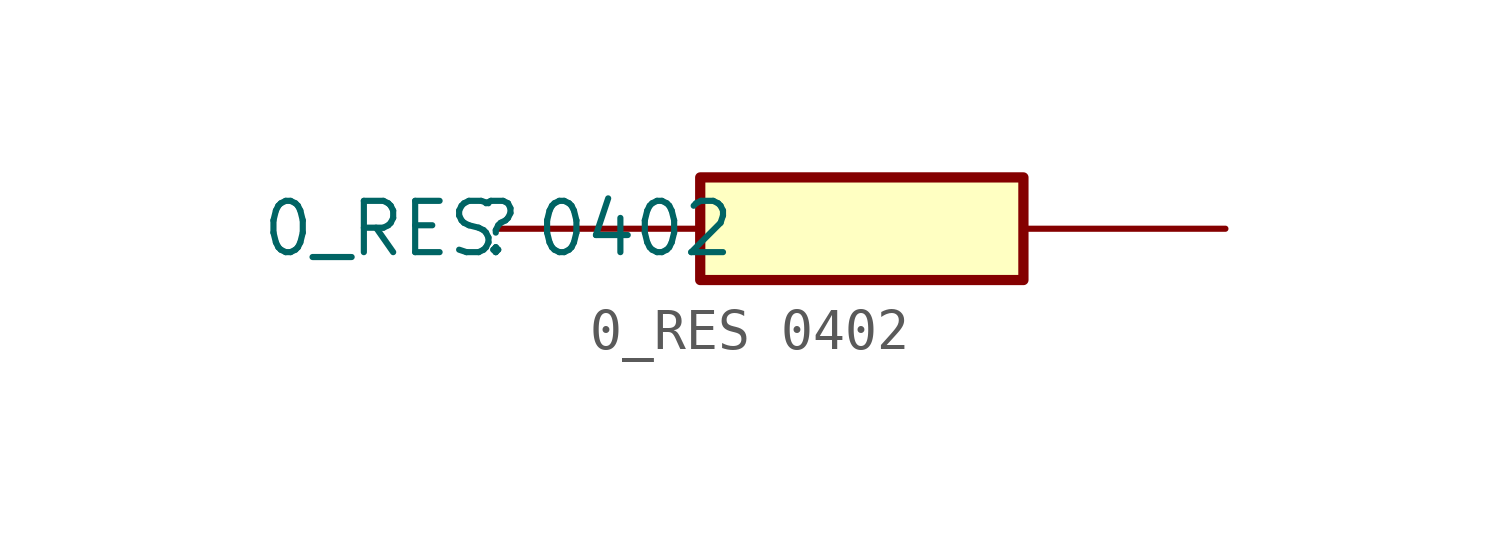
<source format=kicad_sym>
(kicad_symbol_lib
  (version 20210619)
  (generator kicad_symbol_editor)
  (symbol "e-verest-altium-import:0_RES 0402"
    (property "Reference" ""
      (at 0 0 0)
      (effects (font (size 1.27 1.27))))
    (property "Value" "0_RES 0402"
      (at 0 0 0)
      (effects (font (size 1.27 1.27))))
    (symbol "0_RES 0402_1_0"
      (rectangle (start 13 1.27) (end 5 -1.27) (stroke (width 0.254)) (fill (type background)))
      (pin passive line (at 18 0 180) (length 5) (name "2" (effects (font (size 0 0)))) (number "2" (effects (font (size 0 0)))))
      (pin passive line (at 0 0 0) (length 5) (name "1" (effects (font (size 0 0)))) (number "1" (effects (font (size 0 0))))))))
</source>
